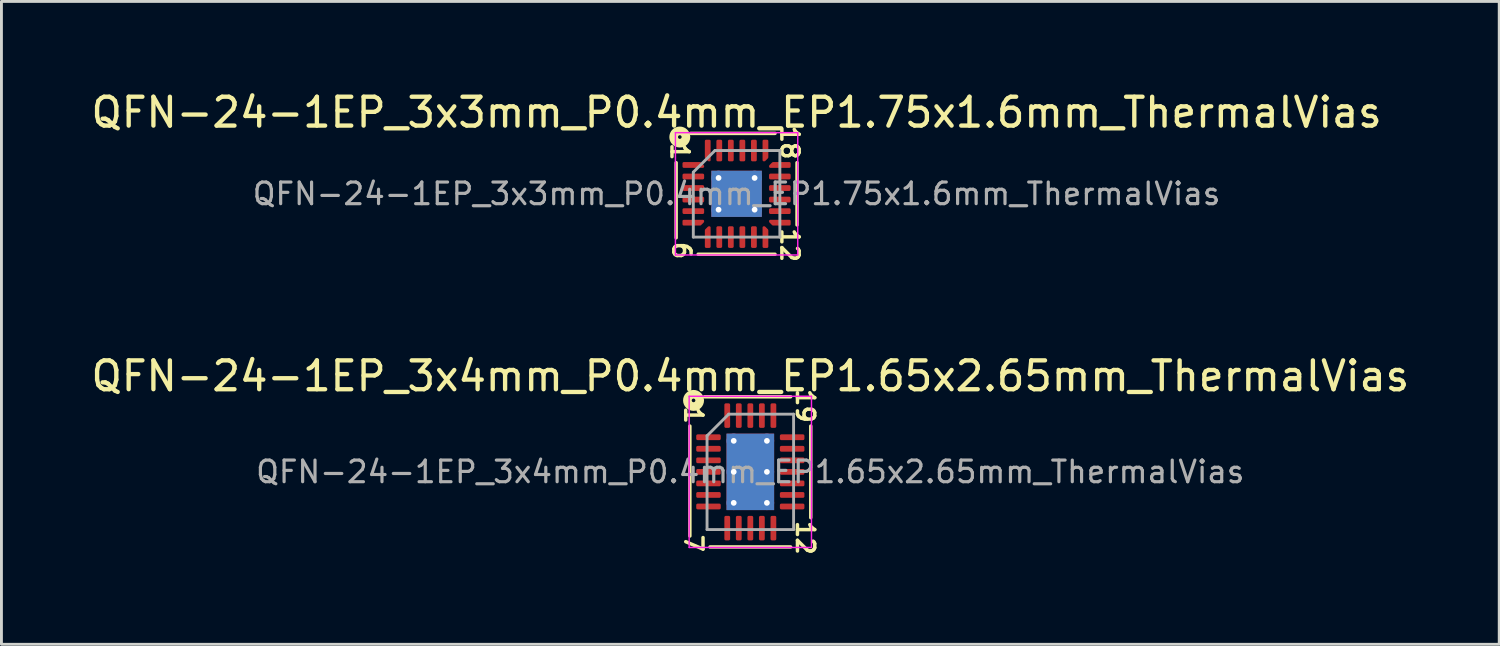
<source format=kicad_pcb>
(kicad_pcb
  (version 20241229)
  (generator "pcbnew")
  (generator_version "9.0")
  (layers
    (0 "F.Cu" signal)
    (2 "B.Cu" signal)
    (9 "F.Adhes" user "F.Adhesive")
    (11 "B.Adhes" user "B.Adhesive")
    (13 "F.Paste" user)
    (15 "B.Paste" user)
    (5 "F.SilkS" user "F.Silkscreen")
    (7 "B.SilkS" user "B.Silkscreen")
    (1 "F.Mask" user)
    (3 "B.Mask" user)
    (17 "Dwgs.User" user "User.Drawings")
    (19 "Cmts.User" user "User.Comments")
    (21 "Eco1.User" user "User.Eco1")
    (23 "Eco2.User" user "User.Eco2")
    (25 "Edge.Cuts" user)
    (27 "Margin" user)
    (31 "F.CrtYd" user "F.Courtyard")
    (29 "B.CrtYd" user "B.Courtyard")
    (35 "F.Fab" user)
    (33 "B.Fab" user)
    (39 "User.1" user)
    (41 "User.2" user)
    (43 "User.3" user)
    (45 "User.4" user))
  (footprint "QFN-24-1EP_3x4mm_P0.4mm_EP1.65x2.65mm_ThermalVias"
    (layer "F.Cu")
    (at 22.958 13.306)
    (property "Reference" "QFN-24-1EP_3x4mm_P0.4mm_EP1.65x2.65mm_ThermalVias" (at 0 -3.32 0) (layer "F.SilkS") (effects (font (size 1 1) (thickness 0.15))))
    (attr smd)
    (fp_line (start -2.095 -1.587) (end -2.095 2.223) (stroke (width 0.12) (type solid)) (layer "F.SilkS"))
    (fp_line (start -1.397 2.603) (end 1.397 2.603) (stroke (width 0.12) (type solid)) (layer "F.SilkS"))
    (fp_line (start 1.397 -2.603) (end -1.587 -2.603) (stroke (width 0.12) (type solid)) (layer "F.SilkS"))
    (fp_line (start 2.095 1.587) (end 2.095 -1.587) (stroke (width 0.12) (type solid)) (layer "F.SilkS"))
    (fp_circle (center -1.968 -2.477) (end -1.905 -2.477) (stroke (width 0.3) (type solid)) (fill no) (layer "F.SilkS"))
    (fp_line (start -2.12 -2.62) (end -2.12 2.62) (stroke (width 0.05) (type solid)) (layer "F.CrtYd"))
    (fp_line (start -2.12 2.62) (end 2.12 2.62) (stroke (width 0.05) (type solid)) (layer "F.CrtYd"))
    (fp_line (start 2.12 -2.62) (end -2.12 -2.62) (stroke (width 0.05) (type solid)) (layer "F.CrtYd"))
    (fp_line (start 2.12 2.62) (end 2.12 -2.62) (stroke (width 0.05) (type solid)) (layer "F.CrtYd"))
    (fp_line (start -1.5 -1.25) (end -0.75 -2) (stroke (width 0.1) (type solid)) (layer "F.Fab"))
    (fp_line (start -1.5 2) (end -1.5 -1.25) (stroke (width 0.1) (type solid)) (layer "F.Fab"))
    (fp_line (start -0.75 -2) (end 1.5 -2) (stroke (width 0.1) (type solid)) (layer "F.Fab"))
    (fp_line (start 1.5 -2) (end 1.5 2) (stroke (width 0.1) (type solid)) (layer "F.Fab"))
    (fp_line (start 1.5 2) (end -1.5 2) (stroke (width 0.1) (type solid)) (layer "F.Fab"))
    (fp_text user "7" (at -1.968 2.477 270) (unlocked yes) (layer "F.SilkS") (effects (font (size 0.6 0.6) (thickness 0.12))))
    (fp_text user "12" (at 1.905 2.286 270) (unlocked yes) (layer "F.SilkS") (effects (font (size 0.6 0.6) (thickness 0.12))))
    (fp_text user "19" (at 1.905 -2.286 270) (unlocked yes) (layer "F.SilkS") (effects (font (size 0.6 0.6) (thickness 0.12))))
    (fp_text user "1" (at -1.968 -1.968 270) (unlocked yes) (layer "F.SilkS") (effects (font (size 0.6 0.6) (thickness 0.12))))
    (fp_text user "${REFERENCE}" (at 0 0 0) (layer "F.Fab") (effects (font (size 0.75 0.75) (thickness 0.11))))
    (pad "" smd roundrect (at -0.41 -0.88) (size 0.71 0.76) (layers "F.Paste") (roundrect_rratio 0.25))
    (pad "" smd roundrect (at -0.41 0) (size 0.71 0.76) (layers "F.Paste") (roundrect_rratio 0.25))
    (pad "" smd roundrect (at -0.41 0.88) (size 0.71 0.76) (layers "F.Paste") (roundrect_rratio 0.25))
    (pad "" smd roundrect (at 0.41 -0.88) (size 0.71 0.76) (layers "F.Paste") (roundrect_rratio 0.25))
    (pad "" smd roundrect (at 0.41 0) (size 0.71 0.76) (layers "F.Paste") (roundrect_rratio 0.25))
    (pad "" smd roundrect (at 0.41 0.88) (size 0.71 0.76) (layers "F.Paste") (roundrect_rratio 0.25))
    (pad "1" smd roundrect (at -1.45 -1.2) (size 0.85 0.2) (layers "F.Cu" "F.Mask" "F.Paste") (roundrect_rratio 0.25))
    (pad "2" smd roundrect (at -1.45 -0.8) (size 0.85 0.2) (layers "F.Cu" "F.Mask" "F.Paste") (roundrect_rratio 0.25))
    (pad "3" smd roundrect (at -1.45 -0.4) (size 0.85 0.2) (layers "F.Cu" "F.Mask" "F.Paste") (roundrect_rratio 0.25))
    (pad "4" smd roundrect (at -1.45 0) (size 0.85 0.2) (layers "F.Cu" "F.Mask" "F.Paste") (roundrect_rratio 0.25))
    (pad "5" smd roundrect (at -1.45 0.4) (size 0.85 0.2) (layers "F.Cu" "F.Mask" "F.Paste") (roundrect_rratio 0.25))
    (pad "6" smd roundrect (at -1.45 0.8) (size 0.85 0.2) (layers "F.Cu" "F.Mask" "F.Paste") (roundrect_rratio 0.25))
    (pad "7" smd roundrect (at -1.45 1.2) (size 0.85 0.2) (layers "F.Cu" "F.Mask" "F.Paste") (roundrect_rratio 0.25))
    (pad "8" smd roundrect (at -0.8 1.95) (size 0.2 0.85) (layers "F.Cu" "F.Mask" "F.Paste") (roundrect_rratio 0.25))
    (pad "9" smd roundrect (at -0.4 1.95) (size 0.2 0.85) (layers "F.Cu" "F.Mask" "F.Paste") (roundrect_rratio 0.25))
    (pad "10" smd roundrect (at 0 1.95) (size 0.2 0.85) (layers "F.Cu" "F.Mask" "F.Paste") (roundrect_rratio 0.25))
    (pad "11" smd roundrect (at 0.4 1.95) (size 0.2 0.85) (layers "F.Cu" "F.Mask" "F.Paste") (roundrect_rratio 0.25))
    (pad "12" smd roundrect (at 0.8 1.95) (size 0.2 0.85) (layers "F.Cu" "F.Mask" "F.Paste") (roundrect_rratio 0.25))
    (pad "13" smd roundrect (at 1.45 1.2) (size 0.85 0.2) (layers "F.Cu" "F.Mask" "F.Paste") (roundrect_rratio 0.25))
    (pad "14" smd roundrect (at 1.45 0.8) (size 0.85 0.2) (layers "F.Cu" "F.Mask" "F.Paste") (roundrect_rratio 0.25))
    (pad "15" smd roundrect (at 1.45 0.4) (size 0.85 0.2) (layers "F.Cu" "F.Mask" "F.Paste") (roundrect_rratio 0.25))
    (pad "16" smd roundrect (at 1.45 0) (size 0.85 0.2) (layers "F.Cu" "F.Mask" "F.Paste") (roundrect_rratio 0.25))
    (pad "17" smd roundrect (at 1.45 -0.4) (size 0.85 0.2) (layers "F.Cu" "F.Mask" "F.Paste") (roundrect_rratio 0.25))
    (pad "18" smd roundrect (at 1.45 -0.8) (size 0.85 0.2) (layers "F.Cu" "F.Mask" "F.Paste") (roundrect_rratio 0.25))
    (pad "19" smd roundrect (at 1.45 -1.2) (size 0.85 0.2) (layers "F.Cu" "F.Mask" "F.Paste") (roundrect_rratio 0.25))
    (pad "20" smd roundrect (at 0.8 -1.95) (size 0.2 0.85) (layers "F.Cu" "F.Mask" "F.Paste") (roundrect_rratio 0.25))
    (pad "21" smd roundrect (at 0.4 -1.95) (size 0.2 0.85) (layers "F.Cu" "F.Mask" "F.Paste") (roundrect_rratio 0.25))
    (pad "22" smd roundrect (at 0 -1.95) (size 0.2 0.85) (layers "F.Cu" "F.Mask" "F.Paste") (roundrect_rratio 0.25))
    (pad "23" smd roundrect (at -0.4 -1.95) (size 0.2 0.85) (layers "F.Cu" "F.Mask" "F.Paste") (roundrect_rratio 0.25))
    (pad "24" smd roundrect (at -0.8 -1.95) (size 0.2 0.85) (layers "F.Cu" "F.Mask" "F.Paste") (roundrect_rratio 0.25))
    (pad "25" thru_hole circle (at -0.575 -1.075) (size 0.5 0.5) (drill 0.2) (layers "*.Cu"))
    (pad "25" thru_hole circle (at -0.575 0) (size 0.5 0.5) (drill 0.2) (layers "*.Cu"))
    (pad "25" thru_hole circle (at -0.575 1.075) (size 0.5 0.5) (drill 0.2) (layers "*.Cu"))
    (pad "25" smd rect (at 0 0) (size 1.65 2.65) (layers "F.Cu" "F.Mask"))
    (pad "25" smd rect (at 0 0) (size 1.65 2.65) (layers "B.Cu" "B.Mask"))
    (pad "25" thru_hole circle (at 0.575 -1.075) (size 0.5 0.5) (drill 0.2) (layers "*.Cu"))
    (pad "25" thru_hole circle (at 0.575 0) (size 0.5 0.5) (drill 0.2) (layers "*.Cu"))
    (pad "25" thru_hole circle (at 0.575 1.075) (size 0.5 0.5) (drill 0.2) (layers "*.Cu")))
  (footprint "QFN-24-1EP_3x3mm_P0.4mm_EP1.75x1.6mm_ThermalVias"
    (layer "F.Cu")
    (at 22.482 3.668)
    (property "Reference" "QFN-24-1EP_3x3mm_P0.4mm_EP1.75x1.6mm_ThermalVias" (at 0 -2.82 0) (layer "F.SilkS") (effects (font (size 1 1) (thickness 0.15))))
    (attr smd)
    (fp_line (start -2.095 -1.079) (end -2.095 1.524) (stroke (width 0.12) (type solid)) (layer "F.SilkS"))
    (fp_line (start -1.333 2.095) (end 1.333 2.095) (stroke (width 0.12) (type solid)) (layer "F.SilkS"))
    (fp_line (start 1.333 -2.095) (end -1.587 -2.095) (stroke (width 0.12) (type solid)) (layer "F.SilkS"))
    (fp_line (start 2.095 1.079) (end 2.095 -1.079) (stroke (width 0.12) (type solid)) (layer "F.SilkS"))
    (fp_circle (center -1.968 -1.968) (end -1.905 -1.968) (stroke (width 0.3) (type solid)) (fill no) (layer "F.SilkS"))
    (fp_line (start -2.12 -2.12) (end -2.12 2.12) (stroke (width 0.05) (type solid)) (layer "F.CrtYd"))
    (fp_line (start -2.12 2.12) (end 2.12 2.12) (stroke (width 0.05) (type solid)) (layer "F.CrtYd"))
    (fp_line (start 2.12 -2.12) (end -2.12 -2.12) (stroke (width 0.05) (type solid)) (layer "F.CrtYd"))
    (fp_line (start 2.12 2.12) (end 2.12 -2.12) (stroke (width 0.05) (type solid)) (layer "F.CrtYd"))
    (fp_line (start -1.5 -0.75) (end -0.75 -1.5) (stroke (width 0.1) (type solid)) (layer "F.Fab"))
    (fp_line (start -1.5 1.5) (end -1.5 -0.75) (stroke (width 0.1) (type solid)) (layer "F.Fab"))
    (fp_line (start -0.75 -1.5) (end 1.5 -1.5) (stroke (width 0.1) (type solid)) (layer "F.Fab"))
    (fp_line (start 1.5 -1.5) (end 1.5 1.5) (stroke (width 0.1) (type solid)) (layer "F.Fab"))
    (fp_line (start 1.5 1.5) (end -1.5 1.5) (stroke (width 0.1) (type solid)) (layer "F.Fab"))
    (fp_text user "6" (at -1.905 1.968 270) (unlocked yes) (layer "F.SilkS") (effects (font (size 0.6 0.6) (thickness 0.12))))
    (fp_text user "18" (at 1.841 -1.778 270) (unlocked yes) (layer "F.SilkS") (effects (font (size 0.6 0.6) (thickness 0.12))))
    (fp_text user "1" (at -1.968 -1.46 270) (unlocked yes) (layer "F.SilkS") (effects (font (size 0.6 0.6) (thickness 0.12))))
    (fp_text user "12" (at 1.841 1.778 270) (unlocked yes) (layer "F.SilkS") (effects (font (size 0.6 0.6) (thickness 0.12))))
    (fp_text user "${REFERENCE}" (at 0 0 0) (layer "F.Fab") (effects (font (size 0.75 0.75) (thickness 0.11))))
    (pad "" smd roundrect (at -0.44 -0.4) (size 0.76 0.69) (layers "F.Paste") (roundrect_rratio 0.25))
    (pad "" smd roundrect (at -0.44 0.4) (size 0.76 0.69) (layers "F.Paste") (roundrect_rratio 0.25))
    (pad "" smd roundrect (at 0.44 -0.4) (size 0.76 0.69) (layers "F.Paste") (roundrect_rratio 0.25))
    (pad "" smd roundrect (at 0.44 0.4) (size 0.76 0.69) (layers "F.Paste") (roundrect_rratio 0.25))
    (pad "1" smd custom (at -1.5 -1) (size 0.115 0.115) (layers "F.Cu" "F.Mask" "F.Paste") (options (anchor circle)) (primitives (gr_poly (pts (xy 0.335 0.037) (xy 0.335 0.06) (xy -0.335 0.06) (xy -0.335 -0.06) (xy 0.238 -0.06)) (width 0.08) (fill yes))))
    (pad "2" smd roundrect (at -1.5 -0.6) (size 0.75 0.2) (layers "F.Cu" "F.Mask" "F.Paste") (roundrect_rratio 0.25))
    (pad "3" smd roundrect (at -1.5 -0.2) (size 0.75 0.2) (layers "F.Cu" "F.Mask" "F.Paste") (roundrect_rratio 0.25))
    (pad "4" smd roundrect (at -1.5 0.2) (size 0.75 0.2) (layers "F.Cu" "F.Mask" "F.Paste") (roundrect_rratio 0.25))
    (pad "5" smd roundrect (at -1.5 0.6) (size 0.75 0.2) (layers "F.Cu" "F.Mask" "F.Paste") (roundrect_rratio 0.25))
    (pad "6" smd custom (at -1.5 1) (size 0.115 0.115) (layers "F.Cu" "F.Mask" "F.Paste") (options (anchor circle)) (primitives (gr_poly (pts (xy 0.335 -0.037) (xy 0.238 0.06) (xy -0.335 0.06) (xy -0.335 -0.06) (xy 0.335 -0.06)) (width 0.08) (fill yes))))
    (pad "7" smd custom (at -1 1.5) (size 0.115 0.115) (layers "F.Cu" "F.Mask" "F.Paste") (options (anchor circle)) (primitives (gr_poly (pts (xy 0.06 0.335) (xy -0.06 0.335) (xy -0.06 -0.238) (xy 0.037 -0.335) (xy 0.06 -0.335)) (width 0.08) (fill yes))))
    (pad "8" smd roundrect (at -0.6 1.5) (size 0.2 0.75) (layers "F.Cu" "F.Mask" "F.Paste") (roundrect_rratio 0.25))
    (pad "9" smd roundrect (at -0.2 1.5) (size 0.2 0.75) (layers "F.Cu" "F.Mask" "F.Paste") (roundrect_rratio 0.25))
    (pad "10" smd roundrect (at 0.2 1.5) (size 0.2 0.75) (layers "F.Cu" "F.Mask" "F.Paste") (roundrect_rratio 0.25))
    (pad "11" smd roundrect (at 0.6 1.5) (size 0.2 0.75) (layers "F.Cu" "F.Mask" "F.Paste") (roundrect_rratio 0.25))
    (pad "12" smd custom (at 1 1.5) (size 0.115 0.115) (layers "F.Cu" "F.Mask" "F.Paste") (options (anchor circle)) (primitives (gr_poly (pts (xy 0.06 -0.238) (xy 0.06 0.335) (xy -0.06 0.335) (xy -0.06 -0.335) (xy -0.037 -0.335)) (width 0.08) (fill yes))))
    (pad "13" smd custom (at 1.5 1) (size 0.115 0.115) (layers "F.Cu" "F.Mask" "F.Paste") (options (anchor circle)) (primitives (gr_poly (pts (xy 0.335 0.06) (xy -0.238 0.06) (xy -0.335 -0.037) (xy -0.335 -0.06) (xy 0.335 -0.06)) (width 0.08) (fill yes))))
    (pad "14" smd roundrect (at 1.5 0.6) (size 0.75 0.2) (layers "F.Cu" "F.Mask" "F.Paste") (roundrect_rratio 0.25))
    (pad "15" smd roundrect (at 1.5 0.2) (size 0.75 0.2) (layers "F.Cu" "F.Mask" "F.Paste") (roundrect_rratio 0.25))
    (pad "16" smd roundrect (at 1.5 -0.2) (size 0.75 0.2) (layers "F.Cu" "F.Mask" "F.Paste") (roundrect_rratio 0.25))
    (pad "17" smd roundrect (at 1.5 -0.6) (size 0.75 0.2) (layers "F.Cu" "F.Mask" "F.Paste") (roundrect_rratio 0.25))
    (pad "18" smd custom (at 1.5 -1) (size 0.115 0.115) (layers "F.Cu" "F.Mask" "F.Paste") (options (anchor circle)) (primitives (gr_poly (pts (xy 0.335 0.06) (xy -0.335 0.06) (xy -0.335 0.037) (xy -0.238 -0.06) (xy 0.335 -0.06)) (width 0.08) (fill yes))))
    (pad "19" smd custom (at 1 -1.5) (size 0.115 0.115) (layers "F.Cu" "F.Mask" "F.Paste") (options (anchor circle)) (primitives (gr_poly (pts (xy 0.06 0.238) (xy -0.037 0.335) (xy -0.06 0.335) (xy -0.06 -0.335) (xy 0.06 -0.335)) (width 0.08) (fill yes))))
    (pad "20" smd roundrect (at 0.6 -1.5) (size 0.2 0.75) (layers "F.Cu" "F.Mask" "F.Paste") (roundrect_rratio 0.25))
    (pad "21" smd roundrect (at 0.2 -1.5) (size 0.2 0.75) (layers "F.Cu" "F.Mask" "F.Paste") (roundrect_rratio 0.25))
    (pad "22" smd roundrect (at -0.2 -1.5) (size 0.2 0.75) (layers "F.Cu" "F.Mask" "F.Paste") (roundrect_rratio 0.25))
    (pad "23" smd roundrect (at -0.6 -1.5) (size 0.2 0.75) (layers "F.Cu" "F.Mask" "F.Paste") (roundrect_rratio 0.25))
    (pad "24" smd custom (at -1 -1.5) (size 0.115 0.115) (layers "F.Cu" "F.Mask" "F.Paste") (options (anchor circle)) (primitives (gr_poly (pts (xy 0.06 0.335) (xy 0.037 0.335) (xy -0.06 0.238) (xy -0.06 -0.335) (xy 0.06 -0.335)) (width 0.08) (fill yes))))
    (pad "25" thru_hole circle (at -0.625 -0.55) (size 0.5 0.5) (drill 0.2) (layers "*.Cu"))
    (pad "25" thru_hole circle (at -0.625 0.55) (size 0.5 0.5) (drill 0.2) (layers "*.Cu"))
    (pad "25" smd rect (at 0 0) (size 1.75 1.6) (layers "F.Cu" "F.Mask"))
    (pad "25" smd rect (at 0 0) (size 1.75 1.6) (layers "B.Cu" "B.Mask"))
    (pad "25" thru_hole circle (at 0.625 -0.55) (size 0.5 0.5) (drill 0.2) (layers "*.Cu"))
    (pad "25" thru_hole circle (at 0.625 0.55) (size 0.5 0.5) (drill 0.2) (layers "*.Cu")))
  (gr_rect
    (start -3 -3)
    (end 48.917 19.283)
    (stroke (width 0.1) (type default))
    (fill no)
    (layer "Edge.Cuts")))
</source>
